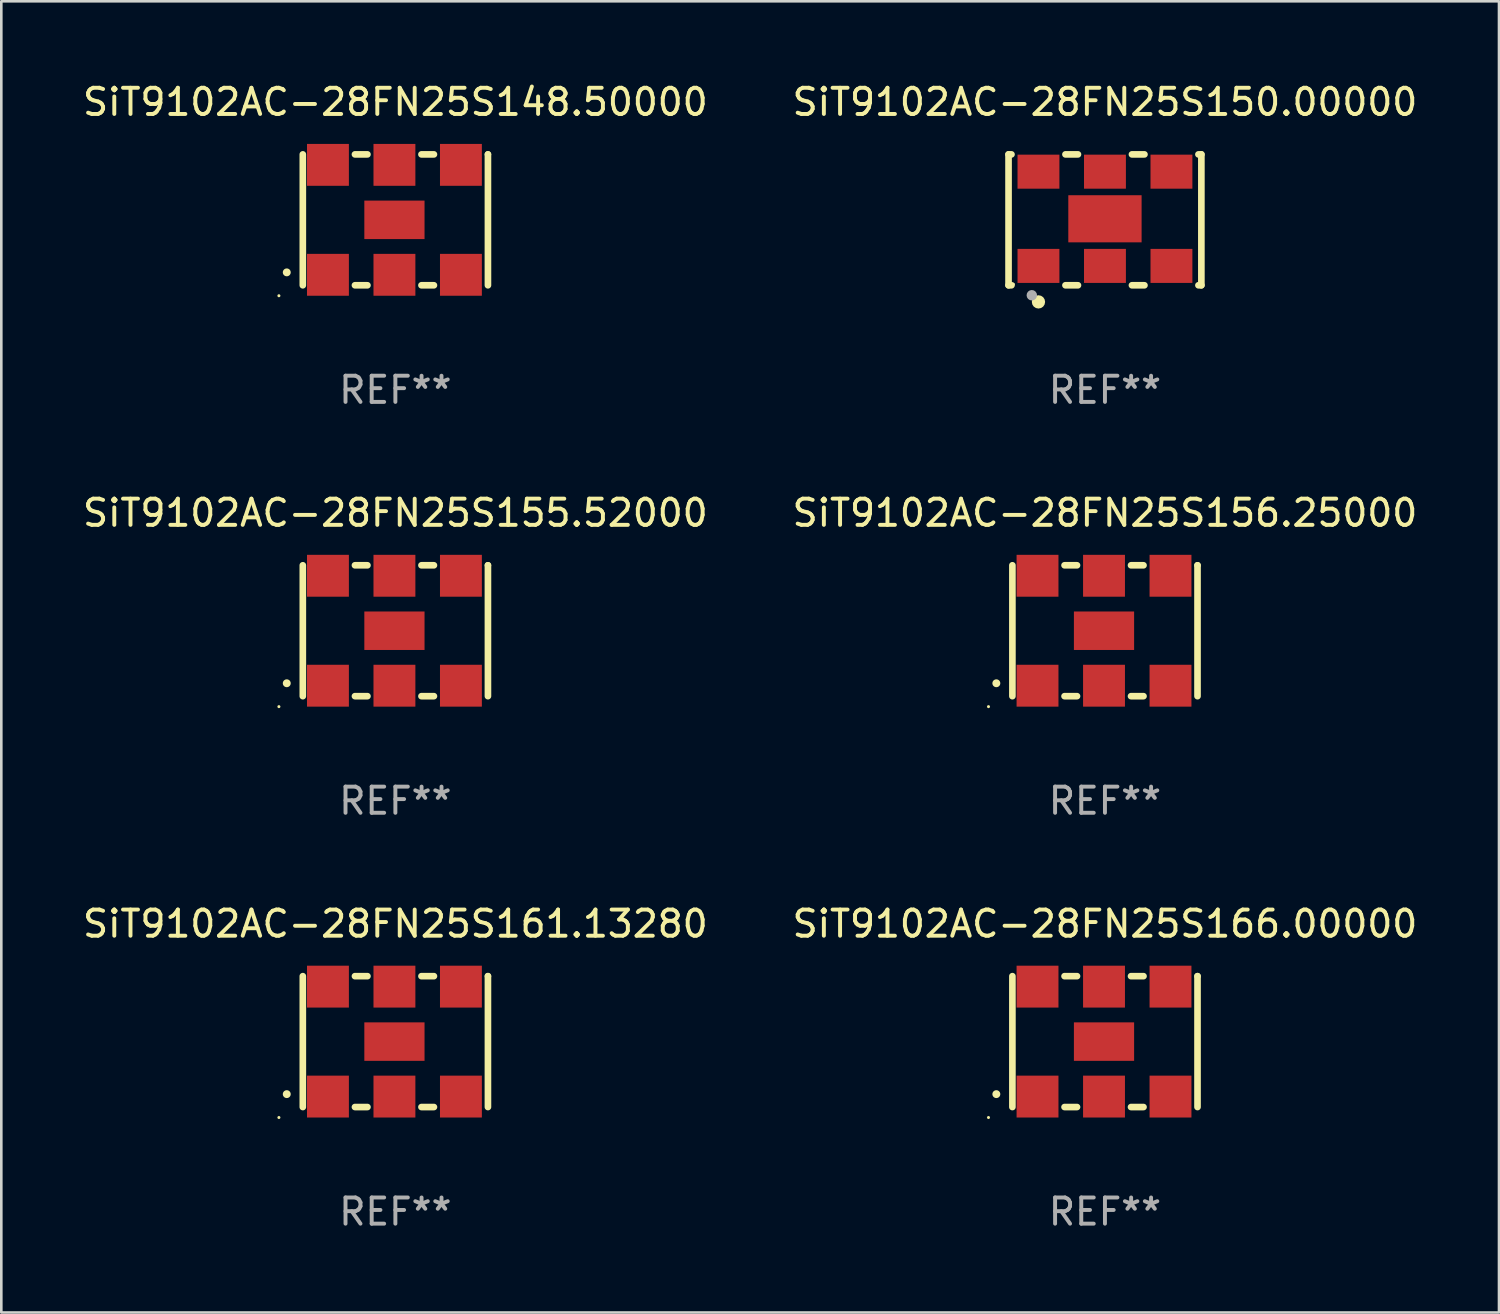
<source format=kicad_pcb>
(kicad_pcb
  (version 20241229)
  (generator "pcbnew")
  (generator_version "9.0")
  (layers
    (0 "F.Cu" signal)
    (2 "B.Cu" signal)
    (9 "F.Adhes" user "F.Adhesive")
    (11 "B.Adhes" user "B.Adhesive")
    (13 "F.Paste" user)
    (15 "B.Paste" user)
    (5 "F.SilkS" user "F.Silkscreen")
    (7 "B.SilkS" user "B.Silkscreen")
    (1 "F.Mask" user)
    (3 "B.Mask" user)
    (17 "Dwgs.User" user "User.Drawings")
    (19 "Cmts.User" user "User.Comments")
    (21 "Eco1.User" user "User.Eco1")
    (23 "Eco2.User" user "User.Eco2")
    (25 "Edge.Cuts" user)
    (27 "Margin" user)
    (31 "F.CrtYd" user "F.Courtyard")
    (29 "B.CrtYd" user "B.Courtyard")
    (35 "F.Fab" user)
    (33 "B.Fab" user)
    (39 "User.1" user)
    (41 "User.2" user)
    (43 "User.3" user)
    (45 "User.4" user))
  (footprint "SiT9102AC-28FN25S150.00000"
    (layer "F.Cu")
    (at 39.161 5.348)
    (property "Reference" "SiT9102AC-28FN25S150.00000" (at 0 -4.5 0) (layer "F.SilkS") (effects (font (size 1 1) (thickness 0.15))))
    (attr through_hole)
    (fp_line (start -3.683 -2.5) (end -3.571 -2.5) (stroke (width 0.254) (type solid)) (layer "F.SilkS"))
    (fp_line (start -3.683 2.5) (end -3.683 -2.5) (stroke (width 0.254) (type solid)) (layer "F.SilkS"))
    (fp_line (start -3.683 2.5) (end -3.571 2.5) (stroke (width 0.254) (type solid)) (layer "F.SilkS"))
    (fp_line (start -1.509 -2.5) (end -1.031 -2.5) (stroke (width 0.254) (type solid)) (layer "F.SilkS"))
    (fp_line (start -1.509 2.5) (end -1.031 2.5) (stroke (width 0.254) (type solid)) (layer "F.SilkS"))
    (fp_line (start 1.031 -2.5) (end 1.509 -2.5) (stroke (width 0.254) (type solid)) (layer "F.SilkS"))
    (fp_line (start 1.031 2.5) (end 1.509 2.5) (stroke (width 0.254) (type solid)) (layer "F.SilkS"))
    (fp_line (start 3.571 -2.5) (end 3.683 -2.5) (stroke (width 0.254) (type solid)) (layer "F.SilkS"))
    (fp_line (start 3.571 2.5) (end 3.683 2.5) (stroke (width 0.254) (type solid)) (layer "F.SilkS"))
    (fp_line (start 3.683 2.5) (end 3.683 -2.5) (stroke (width 0.254) (type solid)) (layer "F.SilkS"))
    (fp_circle (center -3.5 2.46) (end -3.47 2.46) (stroke (width 0.06) (type solid)) (fill no) (layer "F.SilkS"))
    (fp_circle (center -2.54 3.135) (end -2.413 3.135) (stroke (width 0.254) (type solid)) (fill no) (layer "F.SilkS"))
    (fp_circle (center -2.794 2.881) (end -2.694 2.881) (stroke (width 0.2) (type solid)) (fill no) (layer "F.Fab"))
    (fp_text user "REF**" (at 0 6.5 0) (layer "F.Fab") (effects (font (size 1 1) (thickness 0.15))))
    (pad "1" smd rect (at -2.54 1.76) (size 1.6 1.3) (layers "F.Cu" "F.Mask" "F.Paste"))
    (pad "2" smd rect (at 0 1.76) (size 1.6 1.3) (layers "F.Cu" "F.Mask" "F.Paste"))
    (pad "3" smd rect (at 2.54 1.76) (size 1.6 1.3) (layers "F.Cu" "F.Mask" "F.Paste"))
    (pad "4" smd rect (at 2.54 -1.84) (size 1.6 1.3) (layers "F.Cu" "F.Mask" "F.Paste"))
    (pad "5" smd rect (at 0 -1.84) (size 1.6 1.3) (layers "F.Cu" "F.Mask" "F.Paste"))
    (pad "6" smd rect (at -2.54 -1.84) (size 1.6 1.3) (layers "F.Cu" "F.Mask" "F.Paste"))
    (pad "7" smd rect (at 0 -0.04) (size 2.8 1.8) (layers "F.Cu" "F.Mask" "F.Paste")))
  (footprint "SiT9102AC-28FN25S166.00000"
    (layer "F.Cu")
    (at 39.161 36.741)
    (property "Reference" "SiT9102AC-28FN25S166.00000" (at 0 -4.5 0) (layer "F.SilkS") (effects (font (size 1 1) (thickness 0.15))))
    (attr through_hole)
    (fp_line (start -3.536 -2.5) (end -3.536 2.5) (stroke (width 0.254) (type solid)) (layer "F.SilkS"))
    (fp_line (start -1.544 2.5) (end -1.067 2.5) (stroke (width 0.254) (type solid)) (layer "F.SilkS"))
    (fp_line (start -1.067 -2.5) (end -1.544 -2.5) (stroke (width 0.254) (type solid)) (layer "F.SilkS"))
    (fp_line (start 0.996 2.5) (end 1.473 2.5) (stroke (width 0.254) (type solid)) (layer "F.SilkS"))
    (fp_line (start 1.473 -2.5) (end 0.996 -2.5) (stroke (width 0.254) (type solid)) (layer "F.SilkS"))
    (fp_line (start 3.536 -2.5) (end 3.536 -2.5) (stroke (width 0.254) (type solid)) (layer "F.SilkS"))
    (fp_line (start 3.536 2.5) (end 3.536 -2.5) (stroke (width 0.254) (type solid)) (layer "F.SilkS"))
    (fp_arc (start -4.150432 2.006604) (mid -4.149162 2.006599) (end -4.147892 2.006604) (stroke (width 0.3) (type solid)) (layer "F.SilkS"))
    (fp_circle (center -4.449 2.9) (end -4.419 2.9) (stroke (width 0.06) (type solid)) (fill no) (layer "F.SilkS"))
    (fp_text user "REF**" (at 0 6.5 0) (layer "F.Fab") (effects (font (size 1 1) (thickness 0.15))))
    (pad "1" smd rect (at -2.576 2.1) (size 1.6 1.6) (layers "F.Cu" "F.Mask" "F.Paste"))
    (pad "2" smd rect (at -0.036 2.1) (size 1.6 1.6) (layers "F.Cu" "F.Mask" "F.Paste"))
    (pad "3" smd rect (at 2.504 2.1) (size 1.6 1.6) (layers "F.Cu" "F.Mask" "F.Paste"))
    (pad "4" smd rect (at 2.504 -2.1) (size 1.6 1.6) (layers "F.Cu" "F.Mask" "F.Paste"))
    (pad "5" smd rect (at -0.036 -2.1) (size 1.6 1.6) (layers "F.Cu" "F.Mask" "F.Paste"))
    (pad "6" smd rect (at -2.576 -2.1) (size 1.6 1.6) (layers "F.Cu" "F.Mask" "F.Paste"))
    (pad "7" smd rect (at -0.036 0) (size 2.3 1.47) (layers "F.Cu" "F.Mask" "F.Paste")))
  (footprint "SiT9102AC-28FN25S156.25000"
    (layer "F.Cu")
    (at 39.161 21.045)
    (property "Reference" "SiT9102AC-28FN25S156.25000" (at 0 -4.5 0) (layer "F.SilkS") (effects (font (size 1 1) (thickness 0.15))))
    (attr through_hole)
    (fp_line (start -3.536 -2.5) (end -3.536 2.5) (stroke (width 0.254) (type solid)) (layer "F.SilkS"))
    (fp_line (start -1.544 2.5) (end -1.067 2.5) (stroke (width 0.254) (type solid)) (layer "F.SilkS"))
    (fp_line (start -1.067 -2.5) (end -1.544 -2.5) (stroke (width 0.254) (type solid)) (layer "F.SilkS"))
    (fp_line (start 0.996 2.5) (end 1.473 2.5) (stroke (width 0.254) (type solid)) (layer "F.SilkS"))
    (fp_line (start 1.473 -2.5) (end 0.996 -2.5) (stroke (width 0.254) (type solid)) (layer "F.SilkS"))
    (fp_line (start 3.536 -2.5) (end 3.536 -2.5) (stroke (width 0.254) (type solid)) (layer "F.SilkS"))
    (fp_line (start 3.536 2.5) (end 3.536 -2.5) (stroke (width 0.254) (type solid)) (layer "F.SilkS"))
    (fp_arc (start -4.150432 2.006604) (mid -4.149162 2.006599) (end -4.147892 2.006604) (stroke (width 0.3) (type solid)) (layer "F.SilkS"))
    (fp_circle (center -4.449 2.9) (end -4.419 2.9) (stroke (width 0.06) (type solid)) (fill no) (layer "F.SilkS"))
    (fp_text user "REF**" (at 0 6.5 0) (layer "F.Fab") (effects (font (size 1 1) (thickness 0.15))))
    (pad "1" smd rect (at -2.576 2.1) (size 1.6 1.6) (layers "F.Cu" "F.Mask" "F.Paste"))
    (pad "2" smd rect (at -0.036 2.1) (size 1.6 1.6) (layers "F.Cu" "F.Mask" "F.Paste"))
    (pad "3" smd rect (at 2.504 2.1) (size 1.6 1.6) (layers "F.Cu" "F.Mask" "F.Paste"))
    (pad "4" smd rect (at 2.504 -2.1) (size 1.6 1.6) (layers "F.Cu" "F.Mask" "F.Paste"))
    (pad "5" smd rect (at -0.036 -2.1) (size 1.6 1.6) (layers "F.Cu" "F.Mask" "F.Paste"))
    (pad "6" smd rect (at -2.576 -2.1) (size 1.6 1.6) (layers "F.Cu" "F.Mask" "F.Paste"))
    (pad "7" smd rect (at -0.036 0) (size 2.3 1.47) (layers "F.Cu" "F.Mask" "F.Paste")))
  (footprint "SiT9102AC-28FN25S155.52000"
    (layer "F.Cu")
    (at 12.054 21.045)
    (property "Reference" "SiT9102AC-28FN25S155.52000" (at 0 -4.5 0) (layer "F.SilkS") (effects (font (size 1 1) (thickness 0.15))))
    (attr through_hole)
    (fp_line (start -3.536 -2.5) (end -3.536 2.5) (stroke (width 0.254) (type solid)) (layer "F.SilkS"))
    (fp_line (start -1.544 2.5) (end -1.067 2.5) (stroke (width 0.254) (type solid)) (layer "F.SilkS"))
    (fp_line (start -1.067 -2.5) (end -1.544 -2.5) (stroke (width 0.254) (type solid)) (layer "F.SilkS"))
    (fp_line (start 0.996 2.5) (end 1.473 2.5) (stroke (width 0.254) (type solid)) (layer "F.SilkS"))
    (fp_line (start 1.473 -2.5) (end 0.996 -2.5) (stroke (width 0.254) (type solid)) (layer "F.SilkS"))
    (fp_line (start 3.536 -2.5) (end 3.536 -2.5) (stroke (width 0.254) (type solid)) (layer "F.SilkS"))
    (fp_line (start 3.536 2.5) (end 3.536 -2.5) (stroke (width 0.254) (type solid)) (layer "F.SilkS"))
    (fp_arc (start -4.150432 2.006604) (mid -4.149162 2.006599) (end -4.147892 2.006604) (stroke (width 0.3) (type solid)) (layer "F.SilkS"))
    (fp_circle (center -4.449 2.9) (end -4.419 2.9) (stroke (width 0.06) (type solid)) (fill no) (layer "F.SilkS"))
    (fp_text user "REF**" (at 0 6.5 0) (layer "F.Fab") (effects (font (size 1 1) (thickness 0.15))))
    (pad "1" smd rect (at -2.576 2.1) (size 1.6 1.6) (layers "F.Cu" "F.Mask" "F.Paste"))
    (pad "2" smd rect (at -0.036 2.1) (size 1.6 1.6) (layers "F.Cu" "F.Mask" "F.Paste"))
    (pad "3" smd rect (at 2.504 2.1) (size 1.6 1.6) (layers "F.Cu" "F.Mask" "F.Paste"))
    (pad "4" smd rect (at 2.504 -2.1) (size 1.6 1.6) (layers "F.Cu" "F.Mask" "F.Paste"))
    (pad "5" smd rect (at -0.036 -2.1) (size 1.6 1.6) (layers "F.Cu" "F.Mask" "F.Paste"))
    (pad "6" smd rect (at -2.576 -2.1) (size 1.6 1.6) (layers "F.Cu" "F.Mask" "F.Paste"))
    (pad "7" smd rect (at -0.036 0) (size 2.3 1.47) (layers "F.Cu" "F.Mask" "F.Paste")))
  (footprint "SiT9102AC-28FN25S161.13280"
    (layer "F.Cu")
    (at 12.054 36.741)
    (property "Reference" "SiT9102AC-28FN25S161.13280" (at 0 -4.5 0) (layer "F.SilkS") (effects (font (size 1 1) (thickness 0.15))))
    (attr through_hole)
    (fp_line (start -3.536 -2.5) (end -3.536 2.5) (stroke (width 0.254) (type solid)) (layer "F.SilkS"))
    (fp_line (start -1.544 2.5) (end -1.067 2.5) (stroke (width 0.254) (type solid)) (layer "F.SilkS"))
    (fp_line (start -1.067 -2.5) (end -1.544 -2.5) (stroke (width 0.254) (type solid)) (layer "F.SilkS"))
    (fp_line (start 0.996 2.5) (end 1.473 2.5) (stroke (width 0.254) (type solid)) (layer "F.SilkS"))
    (fp_line (start 1.473 -2.5) (end 0.996 -2.5) (stroke (width 0.254) (type solid)) (layer "F.SilkS"))
    (fp_line (start 3.536 -2.5) (end 3.536 -2.5) (stroke (width 0.254) (type solid)) (layer "F.SilkS"))
    (fp_line (start 3.536 2.5) (end 3.536 -2.5) (stroke (width 0.254) (type solid)) (layer "F.SilkS"))
    (fp_arc (start -4.150432 2.006604) (mid -4.149162 2.006599) (end -4.147892 2.006604) (stroke (width 0.3) (type solid)) (layer "F.SilkS"))
    (fp_circle (center -4.449 2.9) (end -4.419 2.9) (stroke (width 0.06) (type solid)) (fill no) (layer "F.SilkS"))
    (fp_text user "REF**" (at 0 6.5 0) (layer "F.Fab") (effects (font (size 1 1) (thickness 0.15))))
    (pad "1" smd rect (at -2.576 2.1) (size 1.6 1.6) (layers "F.Cu" "F.Mask" "F.Paste"))
    (pad "2" smd rect (at -0.036 2.1) (size 1.6 1.6) (layers "F.Cu" "F.Mask" "F.Paste"))
    (pad "3" smd rect (at 2.504 2.1) (size 1.6 1.6) (layers "F.Cu" "F.Mask" "F.Paste"))
    (pad "4" smd rect (at 2.504 -2.1) (size 1.6 1.6) (layers "F.Cu" "F.Mask" "F.Paste"))
    (pad "5" smd rect (at -0.036 -2.1) (size 1.6 1.6) (layers "F.Cu" "F.Mask" "F.Paste"))
    (pad "6" smd rect (at -2.576 -2.1) (size 1.6 1.6) (layers "F.Cu" "F.Mask" "F.Paste"))
    (pad "7" smd rect (at -0.036 0) (size 2.3 1.47) (layers "F.Cu" "F.Mask" "F.Paste")))
  (footprint "SiT9102AC-28FN25S148.50000"
    (layer "F.Cu")
    (at 12.054 5.348)
    (property "Reference" "SiT9102AC-28FN25S148.50000" (at 0 -4.5 0) (layer "F.SilkS") (effects (font (size 1 1) (thickness 0.15))))
    (attr through_hole)
    (fp_line (start -3.536 -2.5) (end -3.536 2.5) (stroke (width 0.254) (type solid)) (layer "F.SilkS"))
    (fp_line (start -1.544 2.5) (end -1.067 2.5) (stroke (width 0.254) (type solid)) (layer "F.SilkS"))
    (fp_line (start -1.067 -2.5) (end -1.544 -2.5) (stroke (width 0.254) (type solid)) (layer "F.SilkS"))
    (fp_line (start 0.996 2.5) (end 1.473 2.5) (stroke (width 0.254) (type solid)) (layer "F.SilkS"))
    (fp_line (start 1.473 -2.5) (end 0.996 -2.5) (stroke (width 0.254) (type solid)) (layer "F.SilkS"))
    (fp_line (start 3.536 -2.5) (end 3.536 -2.5) (stroke (width 0.254) (type solid)) (layer "F.SilkS"))
    (fp_line (start 3.536 2.5) (end 3.536 -2.5) (stroke (width 0.254) (type solid)) (layer "F.SilkS"))
    (fp_arc (start -4.150432 2.006604) (mid -4.149162 2.006599) (end -4.147892 2.006604) (stroke (width 0.3) (type solid)) (layer "F.SilkS"))
    (fp_circle (center -4.449 2.9) (end -4.419 2.9) (stroke (width 0.06) (type solid)) (fill no) (layer "F.SilkS"))
    (fp_text user "REF**" (at 0 6.5 0) (layer "F.Fab") (effects (font (size 1 1) (thickness 0.15))))
    (pad "1" smd rect (at -2.576 2.1) (size 1.6 1.6) (layers "F.Cu" "F.Mask" "F.Paste"))
    (pad "2" smd rect (at -0.036 2.1) (size 1.6 1.6) (layers "F.Cu" "F.Mask" "F.Paste"))
    (pad "3" smd rect (at 2.504 2.1) (size 1.6 1.6) (layers "F.Cu" "F.Mask" "F.Paste"))
    (pad "4" smd rect (at 2.504 -2.1) (size 1.6 1.6) (layers "F.Cu" "F.Mask" "F.Paste"))
    (pad "5" smd rect (at -0.036 -2.1) (size 1.6 1.6) (layers "F.Cu" "F.Mask" "F.Paste"))
    (pad "6" smd rect (at -2.576 -2.1) (size 1.6 1.6) (layers "F.Cu" "F.Mask" "F.Paste"))
    (pad "7" smd rect (at -0.036 0) (size 2.3 1.47) (layers "F.Cu" "F.Mask" "F.Paste")))
  (gr_rect
    (start -3 -3)
    (end 54.214 47.09)
    (stroke (width 0.1) (type default))
    (fill no)
    (layer "Edge.Cuts")))
</source>
